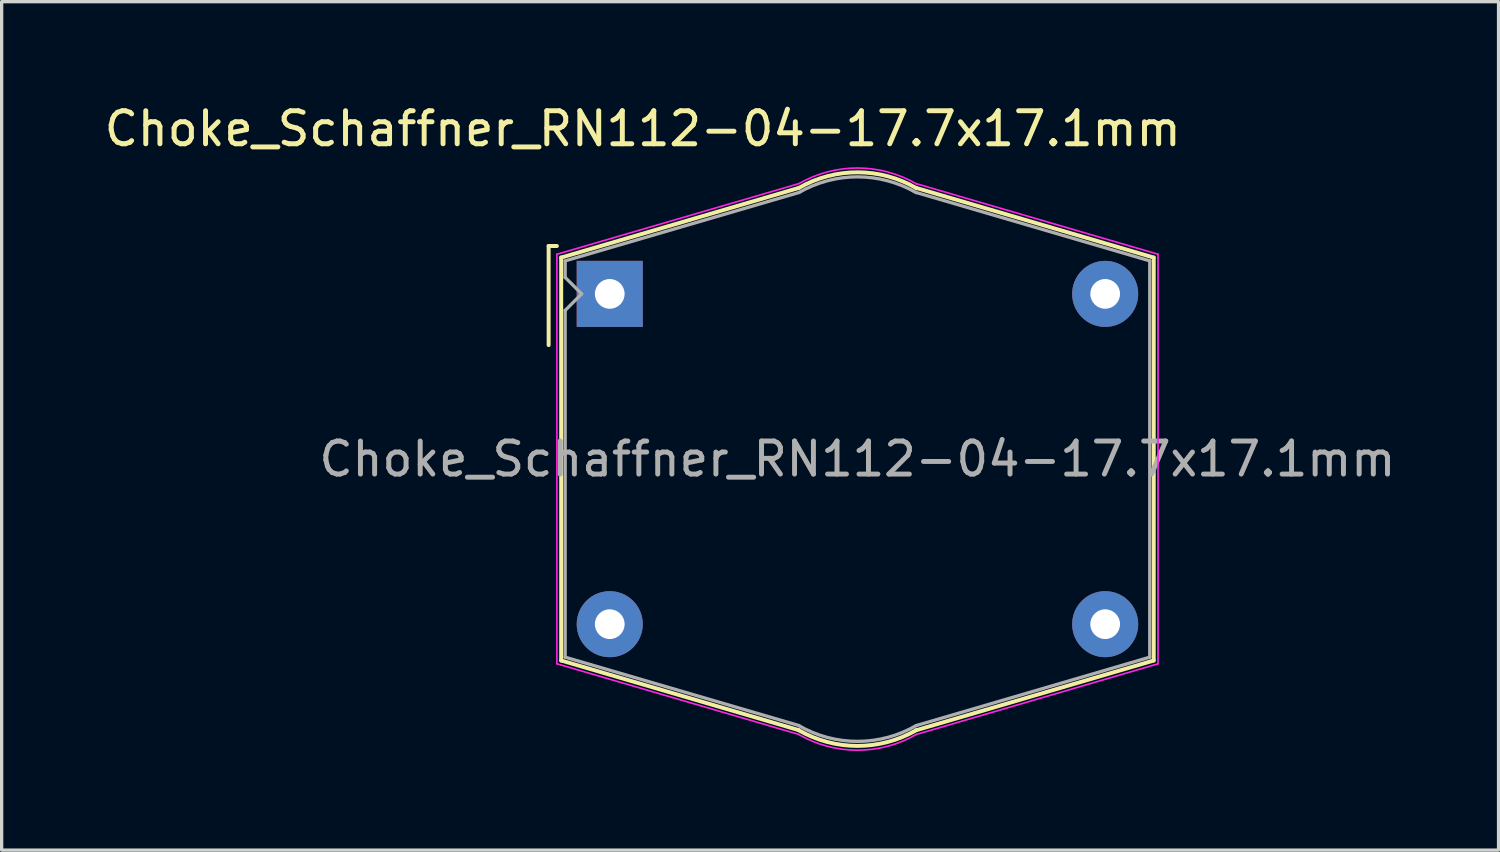
<source format=kicad_pcb>
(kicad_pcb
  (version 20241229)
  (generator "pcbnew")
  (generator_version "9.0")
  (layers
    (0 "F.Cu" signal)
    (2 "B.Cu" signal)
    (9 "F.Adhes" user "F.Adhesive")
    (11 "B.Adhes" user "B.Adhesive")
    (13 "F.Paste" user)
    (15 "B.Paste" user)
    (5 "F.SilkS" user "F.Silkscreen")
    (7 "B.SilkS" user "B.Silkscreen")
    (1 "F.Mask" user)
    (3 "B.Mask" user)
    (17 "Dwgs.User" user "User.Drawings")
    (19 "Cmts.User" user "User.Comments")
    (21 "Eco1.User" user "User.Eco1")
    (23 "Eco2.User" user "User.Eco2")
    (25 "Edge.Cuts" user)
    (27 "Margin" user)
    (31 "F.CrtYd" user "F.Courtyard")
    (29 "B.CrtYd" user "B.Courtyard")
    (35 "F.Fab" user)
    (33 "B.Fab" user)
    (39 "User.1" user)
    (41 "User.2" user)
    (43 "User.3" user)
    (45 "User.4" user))
  (footprint "Choke_Schaffner_RN112-04-17.7x17.1mm"
    (layer "F.Cu")
    (at 15.411 5.848)
    (property "Reference" "Choke_Schaffner_RN112-04-17.7x17.1mm" (at 1 -5 0) (layer "F.SilkS") (effects (font (size 1 1) (thickness 0.15))))
    (attr through_hole)
    (fp_line (start -1.85 -1.45) (end -1.85 1.55) (stroke (width 0.12) (type solid)) (layer "F.SilkS"))
    (fp_line (start -1.85 -1.45) (end -1.6 -1.45) (stroke (width 0.12) (type solid)) (layer "F.SilkS"))
    (fp_line (start -1.47 -1.1) (end 5.73 -3.21) (stroke (width 0.12) (type solid)) (layer "F.SilkS"))
    (fp_line (start -1.47 11.1) (end -1.47 -1.1) (stroke (width 0.12) (type solid)) (layer "F.SilkS"))
    (fp_line (start 5.73 13.21) (end -1.47 11.1) (stroke (width 0.12) (type solid)) (layer "F.SilkS"))
    (fp_line (start 9.27 -3.21) (end 16.47 -1.1) (stroke (width 0.12) (type solid)) (layer "F.SilkS"))
    (fp_line (start 16.47 -1.1) (end 16.47 11.1) (stroke (width 0.12) (type solid)) (layer "F.SilkS"))
    (fp_line (start 16.47 11.1) (end 9.28 13.21) (stroke (width 0.12) (type solid)) (layer "F.SilkS"))
    (fp_arc (start 5.73 -3.21) (mid 7.512135 -3.681018) (end 9.291018 -3.197865) (stroke (width 0.12) (type solid)) (layer "F.SilkS"))
    (fp_arc (start 9.28 13.21) (mid 7.496525 13.686018) (end 5.713982 13.206525) (stroke (width 0.12) (type solid)) (layer "F.SilkS"))
    (fp_line (start -1.6 -1.2) (end 5.73 -3.34) (stroke (width 0.05) (type solid)) (layer "F.CrtYd"))
    (fp_line (start -1.6 11.2) (end -1.6 -1.2) (stroke (width 0.05) (type solid)) (layer "F.CrtYd"))
    (fp_line (start 5.73 13.34) (end -1.6 11.2) (stroke (width 0.05) (type solid)) (layer "F.CrtYd"))
    (fp_line (start 9.27 -3.34) (end 16.6 -1.2) (stroke (width 0.05) (type solid)) (layer "F.CrtYd"))
    (fp_line (start 16.6 -1.2) (end 16.6 11.2) (stroke (width 0.05) (type solid)) (layer "F.CrtYd"))
    (fp_line (start 16.6 11.2) (end 9.28 13.34) (stroke (width 0.05) (type solid)) (layer "F.CrtYd"))
    (fp_arc (start 5.73 -3.34) (mid 7.512135 -3.811018) (end 9.291018 -3.327865) (stroke (width 0.05) (type solid)) (layer "F.CrtYd"))
    (fp_arc (start 9.28 13.34) (mid 7.496525 13.816018) (end 5.713982 13.336525) (stroke (width 0.05) (type solid)) (layer "F.CrtYd"))
    (fp_line (start -1.35 -1) (end 5.73 -3.07) (stroke (width 0.1) (type solid)) (layer "F.Fab"))
    (fp_line (start -1.35 -0.5) (end -1.35 -1) (stroke (width 0.1) (type solid)) (layer "F.Fab"))
    (fp_line (start -1.35 0.5) (end -0.85 0) (stroke (width 0.1) (type solid)) (layer "F.Fab"))
    (fp_line (start -1.35 11) (end -1.35 0.5) (stroke (width 0.1) (type solid)) (layer "F.Fab"))
    (fp_line (start -0.85 0) (end -1.35 -0.5) (stroke (width 0.1) (type solid)) (layer "F.Fab"))
    (fp_line (start 5.73 13.07) (end -1.35 11) (stroke (width 0.1) (type solid)) (layer "F.Fab"))
    (fp_line (start 9.28 -3.07) (end 16.35 -1) (stroke (width 0.1) (type solid)) (layer "F.Fab"))
    (fp_line (start 16.35 -1) (end 16.35 11) (stroke (width 0.1) (type solid)) (layer "F.Fab"))
    (fp_line (start 16.35 11) (end 9.28 13.07) (stroke (width 0.1) (type solid)) (layer "F.Fab"))
    (fp_arc (start 5.73 -3.07) (mid 7.502135 -3.543698) (end 9.273698 -3.067865) (stroke (width 0.1) (type solid)) (layer "F.Fab"))
    (fp_arc (start 9.28 13.07) (mid 7.506525 13.548698) (end 5.731302 13.076525) (stroke (width 0.1) (type solid)) (layer "F.Fab"))
    (fp_text user "${REFERENCE}" (at 7.5 5 0) (layer "F.Fab") (effects (font (size 1 1) (thickness 0.15))))
    (pad "1" thru_hole rect (at 0 0) (size 2 2) (drill 0.9) (layers "*.Cu" "*.Mask"))
    (pad "2" thru_hole circle (at 15 0) (size 2 2) (drill 0.9) (layers "*.Cu" "*.Mask"))
    (pad "3" thru_hole circle (at 0 10) (size 2 2) (drill 0.9) (layers "*.Cu" "*.Mask"))
    (pad "4" thru_hole circle (at 15 10) (size 2 2) (drill 0.9) (layers "*.Cu" "*.Mask")))
  (gr_rect
    (start -3 -3)
    (end 42.321 22.689)
    (stroke (width 0.1) (type default))
    (fill no)
    (layer "Edge.Cuts")))
</source>
